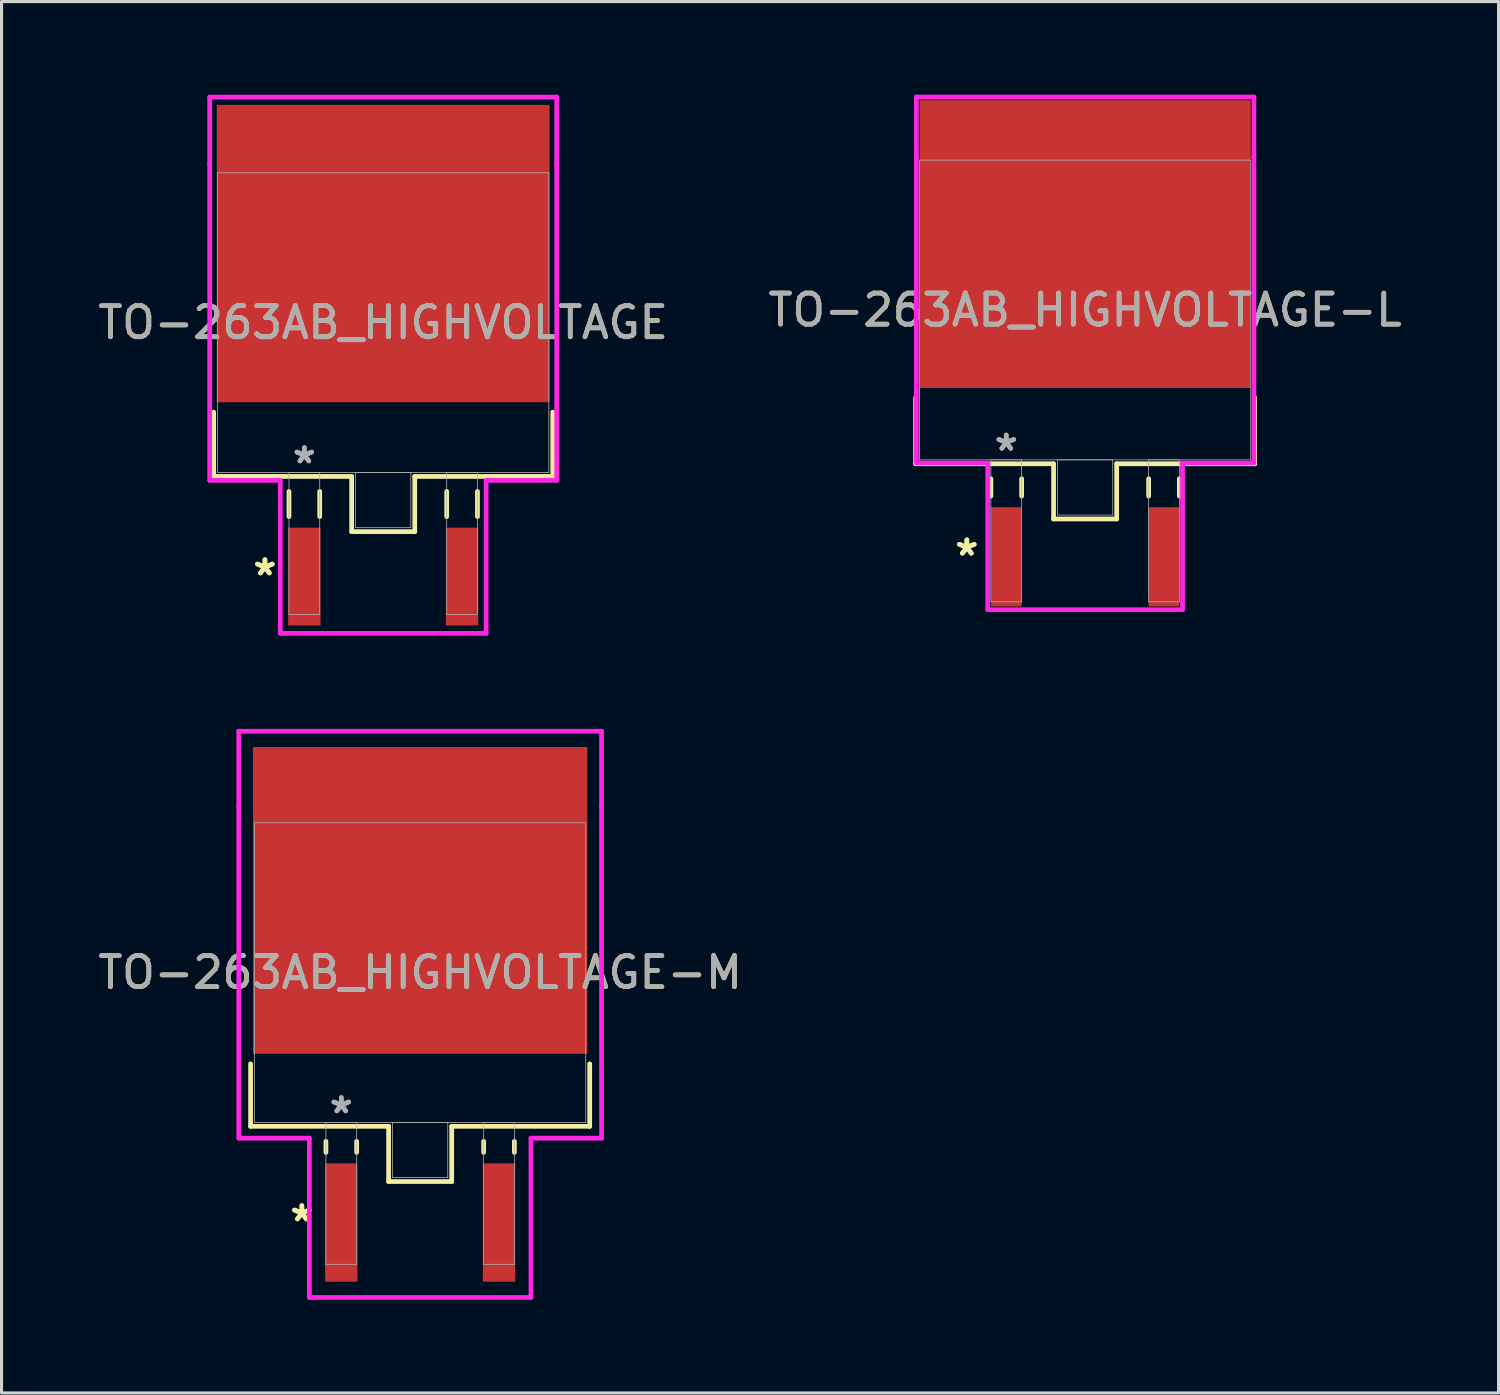
<source format=kicad_pcb>
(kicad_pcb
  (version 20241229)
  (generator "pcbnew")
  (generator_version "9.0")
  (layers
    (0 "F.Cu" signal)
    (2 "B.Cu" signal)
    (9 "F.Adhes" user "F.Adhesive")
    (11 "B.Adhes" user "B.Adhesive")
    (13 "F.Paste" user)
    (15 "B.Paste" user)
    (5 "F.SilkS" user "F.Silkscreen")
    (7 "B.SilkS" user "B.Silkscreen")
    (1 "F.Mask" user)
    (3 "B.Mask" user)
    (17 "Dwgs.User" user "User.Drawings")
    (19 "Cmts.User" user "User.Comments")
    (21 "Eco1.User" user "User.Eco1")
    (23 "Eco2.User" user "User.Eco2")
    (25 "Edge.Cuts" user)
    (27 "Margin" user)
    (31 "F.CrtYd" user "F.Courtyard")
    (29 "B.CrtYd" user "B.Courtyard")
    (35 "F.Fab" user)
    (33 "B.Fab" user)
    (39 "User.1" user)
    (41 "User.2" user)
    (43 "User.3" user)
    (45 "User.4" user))
  (footprint "TO-263AB_HIGHVOLTAGE"
    (layer "F.Cu")
    (at 9.292 7.341)
    (property "Reference" "TO-263AB_HIGHVOLTAGE" (at 0 0 0) (unlocked yes) (layer "F.SilkS") (effects (font (size 1 1) (thickness 0.15))))
    (attr smd)
    (fp_line (start -5.461 2.882) (end -5.461 4.953) (stroke (width 0.152) (type solid)) (layer "F.SilkS"))
    (fp_line (start -5.461 4.953) (end -1.016 4.953) (stroke (width 0.152) (type solid)) (layer "F.SilkS"))
    (fp_line (start -3.035 5.436) (end -3.035 6.248) (stroke (width 0.152) (type solid)) (layer "F.SilkS"))
    (fp_line (start -2.045 5.436) (end -2.045 6.248) (stroke (width 0.152) (type solid)) (layer "F.SilkS"))
    (fp_line (start -1.016 4.953) (end -1.016 6.731) (stroke (width 0.152) (type solid)) (layer "F.SilkS"))
    (fp_line (start -1.016 6.731) (end 1.016 6.731) (stroke (width 0.152) (type solid)) (layer "F.SilkS"))
    (fp_line (start 1.016 4.953) (end 5.461 4.953) (stroke (width 0.152) (type solid)) (layer "F.SilkS"))
    (fp_line (start 1.016 6.731) (end 1.016 4.953) (stroke (width 0.152) (type solid)) (layer "F.SilkS"))
    (fp_line (start 2.045 5.436) (end 2.045 6.248) (stroke (width 0.152) (type solid)) (layer "F.SilkS"))
    (fp_line (start 3.035 5.436) (end 3.035 6.248) (stroke (width 0.152) (type solid)) (layer "F.SilkS"))
    (fp_line (start 5.461 4.953) (end 5.461 2.882) (stroke (width 0.152) (type solid)) (layer "F.SilkS"))
    (fp_line (start -5.588 -7.264) (end 5.588 -7.264) (stroke (width 0.152) (type solid)) (layer "F.CrtYd"))
    (fp_line (start -5.588 -5.08) (end -5.588 -7.264) (stroke (width 0.152) (type solid)) (layer "F.CrtYd"))
    (fp_line (start -5.588 -5.08) (end -5.588 -5.08) (stroke (width 0.152) (type solid)) (layer "F.CrtYd"))
    (fp_line (start -5.588 5.08) (end -5.588 -5.08) (stroke (width 0.152) (type solid)) (layer "F.CrtYd"))
    (fp_line (start -3.315 5.08) (end -5.588 5.08) (stroke (width 0.152) (type solid)) (layer "F.CrtYd"))
    (fp_line (start -3.315 10.008) (end -3.315 5.08) (stroke (width 0.152) (type solid)) (layer "F.CrtYd"))
    (fp_line (start 3.315 5.08) (end 3.315 10.008) (stroke (width 0.152) (type solid)) (layer "F.CrtYd"))
    (fp_line (start 3.315 10.008) (end -3.315 10.008) (stroke (width 0.152) (type solid)) (layer "F.CrtYd"))
    (fp_line (start 5.588 -7.264) (end 5.588 -5.08) (stroke (width 0.152) (type solid)) (layer "F.CrtYd"))
    (fp_line (start 5.588 -5.08) (end 5.588 -5.08) (stroke (width 0.152) (type solid)) (layer "F.CrtYd"))
    (fp_line (start 5.588 -5.08) (end 5.588 5.08) (stroke (width 0.152) (type solid)) (layer "F.CrtYd"))
    (fp_line (start 5.588 5.08) (end 3.315 5.08) (stroke (width 0.152) (type solid)) (layer "F.CrtYd"))
    (fp_line (start -5.334 -4.826) (end -5.334 4.826) (stroke (width 0.025) (type solid)) (layer "F.Fab"))
    (fp_line (start -5.334 4.826) (end 5.334 4.826) (stroke (width 0.025) (type solid)) (layer "F.Fab"))
    (fp_line (start -3.035 4.826) (end -3.035 9.398) (stroke (width 0.025) (type solid)) (layer "F.Fab"))
    (fp_line (start -3.035 9.398) (end -2.045 9.398) (stroke (width 0.025) (type solid)) (layer "F.Fab"))
    (fp_line (start -2.045 4.826) (end -3.035 4.826) (stroke (width 0.025) (type solid)) (layer "F.Fab"))
    (fp_line (start -2.045 9.398) (end -2.045 4.826) (stroke (width 0.025) (type solid)) (layer "F.Fab"))
    (fp_line (start -0.889 4.826) (end -0.889 6.604) (stroke (width 0.025) (type solid)) (layer "F.Fab"))
    (fp_line (start -0.889 6.604) (end 0.889 6.604) (stroke (width 0.025) (type solid)) (layer "F.Fab"))
    (fp_line (start 0.889 4.826) (end -0.889 4.826) (stroke (width 0.025) (type solid)) (layer "F.Fab"))
    (fp_line (start 0.889 6.604) (end 0.889 4.826) (stroke (width 0.025) (type solid)) (layer "F.Fab"))
    (fp_line (start 2.045 4.826) (end 2.045 9.398) (stroke (width 0.025) (type solid)) (layer "F.Fab"))
    (fp_line (start 2.045 9.398) (end 3.035 9.398) (stroke (width 0.025) (type solid)) (layer "F.Fab"))
    (fp_line (start 3.035 4.826) (end 2.045 4.826) (stroke (width 0.025) (type solid)) (layer "F.Fab"))
    (fp_line (start 3.035 9.398) (end 3.035 4.826) (stroke (width 0.025) (type solid)) (layer "F.Fab"))
    (fp_line (start 5.334 -4.826) (end -5.334 -4.826) (stroke (width 0.025) (type solid)) (layer "F.Fab"))
    (fp_line (start 5.334 4.826) (end 5.334 -4.826) (stroke (width 0.025) (type solid)) (layer "F.Fab"))
    (fp_text user "*" (at -3.81 8.179 0) (unlocked yes) (layer "F.SilkS") (effects (font (size 1 1) (thickness 0.15))))
    (fp_text user "*" (at -3.81 8.179 0) (layer "F.SilkS") (effects (font (size 1 1) (thickness 0.15))))
    (fp_text user "*" (at -2.54 4.572 0) (layer "F.Fab") (effects (font (size 1 1) (thickness 0.15))))
    (fp_text user "${REFERENCE}" (at 0 0 0) (unlocked yes) (layer "F.Fab") (effects (font (size 1 1) (thickness 0.15))))
    (fp_text user "*" (at -2.54 4.572 0) (unlocked yes) (layer "F.Fab") (effects (font (size 1 1) (thickness 0.15))))
    (pad "1" smd rect (at -2.54 8.179) (size 1.041 3.15) (layers "F.Cu" "F.Mask" "F.Paste"))
    (pad "2" smd rect (at 2.54 8.179) (size 1.041 3.15) (layers "F.Cu" "F.Mask" "F.Paste"))
    (pad "3" smd rect (at 0 -2.223) (size 10.719 9.576) (layers "F.Cu" "F.Mask" "F.Paste")))
  (footprint "TO-263AB_HIGHVOLTAGE-M"
    (layer "F.Cu")
    (at 10.482 28.273)
    (property "Reference" "TO-263AB_HIGHVOLTAGE-M" (at 0 0 0) (unlocked yes) (layer "F.SilkS") (effects (font (size 1 1) (thickness 0.15))))
    (attr smd)
    (fp_line (start -5.461 2.94) (end -5.461 4.953) (stroke (width 0.152) (type solid)) (layer "F.SilkS"))
    (fp_line (start -5.461 4.953) (end -1.016 4.953) (stroke (width 0.152) (type solid)) (layer "F.SilkS"))
    (fp_line (start -3.035 5.436) (end -3.035 5.791) (stroke (width 0.152) (type solid)) (layer "F.SilkS"))
    (fp_line (start -2.045 5.436) (end -2.045 5.791) (stroke (width 0.152) (type solid)) (layer "F.SilkS"))
    (fp_line (start -1.016 4.953) (end -1.016 6.731) (stroke (width 0.152) (type solid)) (layer "F.SilkS"))
    (fp_line (start -1.016 6.731) (end 1.016 6.731) (stroke (width 0.152) (type solid)) (layer "F.SilkS"))
    (fp_line (start 1.016 4.953) (end 5.461 4.953) (stroke (width 0.152) (type solid)) (layer "F.SilkS"))
    (fp_line (start 1.016 6.731) (end 1.016 4.953) (stroke (width 0.152) (type solid)) (layer "F.SilkS"))
    (fp_line (start 2.045 5.436) (end 2.045 5.791) (stroke (width 0.152) (type solid)) (layer "F.SilkS"))
    (fp_line (start 3.035 5.436) (end 3.035 5.791) (stroke (width 0.152) (type solid)) (layer "F.SilkS"))
    (fp_line (start 5.461 4.953) (end 5.461 2.94) (stroke (width 0.152) (type solid)) (layer "F.SilkS"))
    (fp_line (start -5.842 -7.772) (end 5.842 -7.772) (stroke (width 0.152) (type solid)) (layer "F.CrtYd"))
    (fp_line (start -5.842 -5.334) (end -5.842 -7.772) (stroke (width 0.152) (type solid)) (layer "F.CrtYd"))
    (fp_line (start -5.842 -5.334) (end -5.842 -5.334) (stroke (width 0.152) (type solid)) (layer "F.CrtYd"))
    (fp_line (start -5.842 5.334) (end -5.842 -5.334) (stroke (width 0.152) (type solid)) (layer "F.CrtYd"))
    (fp_line (start -3.569 5.334) (end -5.842 5.334) (stroke (width 0.152) (type solid)) (layer "F.CrtYd"))
    (fp_line (start -3.569 10.465) (end -3.569 5.334) (stroke (width 0.152) (type solid)) (layer "F.CrtYd"))
    (fp_line (start 3.569 5.334) (end 3.569 10.465) (stroke (width 0.152) (type solid)) (layer "F.CrtYd"))
    (fp_line (start 3.569 10.465) (end -3.569 10.465) (stroke (width 0.152) (type solid)) (layer "F.CrtYd"))
    (fp_line (start 5.842 -7.772) (end 5.842 -5.334) (stroke (width 0.152) (type solid)) (layer "F.CrtYd"))
    (fp_line (start 5.842 -5.334) (end 5.842 -5.334) (stroke (width 0.152) (type solid)) (layer "F.CrtYd"))
    (fp_line (start 5.842 -5.334) (end 5.842 5.334) (stroke (width 0.152) (type solid)) (layer "F.CrtYd"))
    (fp_line (start 5.842 5.334) (end 3.569 5.334) (stroke (width 0.152) (type solid)) (layer "F.CrtYd"))
    (fp_line (start -5.334 -4.826) (end -5.334 4.826) (stroke (width 0.025) (type solid)) (layer "F.Fab"))
    (fp_line (start -5.334 4.826) (end 5.334 4.826) (stroke (width 0.025) (type solid)) (layer "F.Fab"))
    (fp_line (start -3.035 4.826) (end -3.035 9.398) (stroke (width 0.025) (type solid)) (layer "F.Fab"))
    (fp_line (start -3.035 9.398) (end -2.045 9.398) (stroke (width 0.025) (type solid)) (layer "F.Fab"))
    (fp_line (start -2.045 4.826) (end -3.035 4.826) (stroke (width 0.025) (type solid)) (layer "F.Fab"))
    (fp_line (start -2.045 9.398) (end -2.045 4.826) (stroke (width 0.025) (type solid)) (layer "F.Fab"))
    (fp_line (start -0.889 4.826) (end -0.889 6.604) (stroke (width 0.025) (type solid)) (layer "F.Fab"))
    (fp_line (start -0.889 6.604) (end 0.889 6.604) (stroke (width 0.025) (type solid)) (layer "F.Fab"))
    (fp_line (start 0.889 4.826) (end -0.889 4.826) (stroke (width 0.025) (type solid)) (layer "F.Fab"))
    (fp_line (start 0.889 6.604) (end 0.889 4.826) (stroke (width 0.025) (type solid)) (layer "F.Fab"))
    (fp_line (start 2.045 4.826) (end 2.045 9.398) (stroke (width 0.025) (type solid)) (layer "F.Fab"))
    (fp_line (start 2.045 9.398) (end 3.035 9.398) (stroke (width 0.025) (type solid)) (layer "F.Fab"))
    (fp_line (start 3.035 4.826) (end 2.045 4.826) (stroke (width 0.025) (type solid)) (layer "F.Fab"))
    (fp_line (start 3.035 9.398) (end 3.035 4.826) (stroke (width 0.025) (type solid)) (layer "F.Fab"))
    (fp_line (start 5.334 -4.826) (end -5.334 -4.826) (stroke (width 0.025) (type solid)) (layer "F.Fab"))
    (fp_line (start 5.334 4.826) (end 5.334 -4.826) (stroke (width 0.025) (type solid)) (layer "F.Fab"))
    (fp_text user "*" (at -3.81 8.052 0) (unlocked yes) (layer "F.SilkS") (effects (font (size 1 1) (thickness 0.15))))
    (fp_text user "*" (at -3.81 8.052 0) (layer "F.SilkS") (effects (font (size 1 1) (thickness 0.15))))
    (fp_text user "${REFERENCE}" (at 0 0 0) (unlocked yes) (layer "F.Fab") (effects (font (size 1 1) (thickness 0.15))))
    (fp_text user "*" (at -2.54 4.572 0) (unlocked yes) (layer "F.Fab") (effects (font (size 1 1) (thickness 0.15))))
    (fp_text user "*" (at -2.54 4.572 0) (layer "F.Fab") (effects (font (size 1 1) (thickness 0.15))))
    (pad "1" smd rect (at -2.54 8.052) (size 1.041 3.81) (layers "F.Cu" "F.Mask" "F.Paste"))
    (pad "2" smd rect (at 2.54 8.052) (size 1.041 3.81) (layers "F.Cu" "F.Mask" "F.Paste"))
    (pad "3" smd rect (at 0 -2.324) (size 10.77 9.881) (layers "F.Cu" "F.Mask" "F.Paste")))
  (footprint "TO-263AB_HIGHVOLTAGE-L"
    (layer "F.Cu")
    (at 31.899 6.934)
    (property "Reference" "TO-263AB_HIGHVOLTAGE-L" (at 0 0 0) (unlocked yes) (layer "F.SilkS") (effects (font (size 1 1) (thickness 0.15))))
    (attr smd)
    (fp_line (start -5.461 2.822) (end -5.461 4.953) (stroke (width 0.152) (type solid)) (layer "F.SilkS"))
    (fp_line (start -5.461 4.953) (end -1.016 4.953) (stroke (width 0.152) (type solid)) (layer "F.SilkS"))
    (fp_line (start -3.035 5.436) (end -3.035 5.994) (stroke (width 0.152) (type solid)) (layer "F.SilkS"))
    (fp_line (start -2.045 5.436) (end -2.045 5.994) (stroke (width 0.152) (type solid)) (layer "F.SilkS"))
    (fp_line (start -1.016 4.953) (end -1.016 6.731) (stroke (width 0.152) (type solid)) (layer "F.SilkS"))
    (fp_line (start -1.016 6.731) (end 1.016 6.731) (stroke (width 0.152) (type solid)) (layer "F.SilkS"))
    (fp_line (start 1.016 4.953) (end 5.461 4.953) (stroke (width 0.152) (type solid)) (layer "F.SilkS"))
    (fp_line (start 1.016 6.731) (end 1.016 4.953) (stroke (width 0.152) (type solid)) (layer "F.SilkS"))
    (fp_line (start 2.045 5.436) (end 2.045 5.994) (stroke (width 0.152) (type solid)) (layer "F.SilkS"))
    (fp_line (start 3.035 5.436) (end 3.035 5.994) (stroke (width 0.152) (type solid)) (layer "F.SilkS"))
    (fp_line (start 5.461 4.953) (end 5.461 2.822) (stroke (width 0.152) (type solid)) (layer "F.SilkS"))
    (fp_line (start -5.436 -6.858) (end 5.436 -6.858) (stroke (width 0.152) (type solid)) (layer "F.CrtYd"))
    (fp_line (start -5.436 -4.928) (end -5.436 -6.858) (stroke (width 0.152) (type solid)) (layer "F.CrtYd"))
    (fp_line (start -5.436 -4.928) (end -5.436 -4.928) (stroke (width 0.152) (type solid)) (layer "F.CrtYd"))
    (fp_line (start -5.436 4.928) (end -5.436 -4.928) (stroke (width 0.152) (type solid)) (layer "F.CrtYd"))
    (fp_line (start -3.137 4.928) (end -5.436 4.928) (stroke (width 0.152) (type solid)) (layer "F.CrtYd"))
    (fp_line (start -3.137 9.652) (end -3.137 4.928) (stroke (width 0.152) (type solid)) (layer "F.CrtYd"))
    (fp_line (start 3.137 4.928) (end 3.137 9.652) (stroke (width 0.152) (type solid)) (layer "F.CrtYd"))
    (fp_line (start 3.137 9.652) (end -3.137 9.652) (stroke (width 0.152) (type solid)) (layer "F.CrtYd"))
    (fp_line (start 5.436 -6.858) (end 5.436 -4.928) (stroke (width 0.152) (type solid)) (layer "F.CrtYd"))
    (fp_line (start 5.436 -4.928) (end 5.436 -4.928) (stroke (width 0.152) (type solid)) (layer "F.CrtYd"))
    (fp_line (start 5.436 -4.928) (end 5.436 4.928) (stroke (width 0.152) (type solid)) (layer "F.CrtYd"))
    (fp_line (start 5.436 4.928) (end 3.137 4.928) (stroke (width 0.152) (type solid)) (layer "F.CrtYd"))
    (fp_line (start -5.334 -4.826) (end -5.334 4.826) (stroke (width 0.025) (type solid)) (layer "F.Fab"))
    (fp_line (start -5.334 4.826) (end 5.334 4.826) (stroke (width 0.025) (type solid)) (layer "F.Fab"))
    (fp_line (start -3.035 4.826) (end -3.035 9.398) (stroke (width 0.025) (type solid)) (layer "F.Fab"))
    (fp_line (start -3.035 9.398) (end -2.045 9.398) (stroke (width 0.025) (type solid)) (layer "F.Fab"))
    (fp_line (start -2.045 4.826) (end -3.035 4.826) (stroke (width 0.025) (type solid)) (layer "F.Fab"))
    (fp_line (start -2.045 9.398) (end -2.045 4.826) (stroke (width 0.025) (type solid)) (layer "F.Fab"))
    (fp_line (start -0.889 4.826) (end -0.889 6.604) (stroke (width 0.025) (type solid)) (layer "F.Fab"))
    (fp_line (start -0.889 6.604) (end 0.889 6.604) (stroke (width 0.025) (type solid)) (layer "F.Fab"))
    (fp_line (start 0.889 4.826) (end -0.889 4.826) (stroke (width 0.025) (type solid)) (layer "F.Fab"))
    (fp_line (start 0.889 6.604) (end 0.889 4.826) (stroke (width 0.025) (type solid)) (layer "F.Fab"))
    (fp_line (start 2.045 4.826) (end 2.045 9.398) (stroke (width 0.025) (type solid)) (layer "F.Fab"))
    (fp_line (start 2.045 9.398) (end 3.035 9.398) (stroke (width 0.025) (type solid)) (layer "F.Fab"))
    (fp_line (start 3.035 4.826) (end 2.045 4.826) (stroke (width 0.025) (type solid)) (layer "F.Fab"))
    (fp_line (start 3.035 9.398) (end 3.035 4.826) (stroke (width 0.025) (type solid)) (layer "F.Fab"))
    (fp_line (start 5.334 -4.826) (end -5.334 -4.826) (stroke (width 0.025) (type solid)) (layer "F.Fab"))
    (fp_line (start 5.334 4.826) (end 5.334 -4.826) (stroke (width 0.025) (type solid)) (layer "F.Fab"))
    (fp_text user "*" (at -3.81 7.95 0) (unlocked yes) (layer "F.SilkS") (effects (font (size 1 1) (thickness 0.15))))
    (fp_text user "*" (at -3.81 7.95 0) (layer "F.SilkS") (effects (font (size 1 1) (thickness 0.15))))
    (fp_text user "${REFERENCE}" (at 0 0 0) (unlocked yes) (layer "F.Fab") (effects (font (size 1 1) (thickness 0.15))))
    (fp_text user "*" (at -2.54 4.572 0) (unlocked yes) (layer "F.Fab") (effects (font (size 1 1) (thickness 0.15))))
    (fp_text user "*" (at -2.54 4.572 0) (layer "F.Fab") (effects (font (size 1 1) (thickness 0.15))))
    (pad "1" smd rect (at -2.54 7.95) (size 0.991 3.2) (layers "F.Cu" "F.Mask" "F.Paste"))
    (pad "2" smd rect (at 2.54 7.95) (size 0.991 3.2) (layers "F.Cu" "F.Mask" "F.Paste"))
    (pad "3" smd rect (at 0 -2.121) (size 10.668 9.271) (layers "F.Cu" "F.Mask" "F.Paste")))
  (gr_rect
    (start -3 -3)
    (end 45.214 41.814)
    (stroke (width 0.1) (type default))
    (fill no)
    (layer "Edge.Cuts")))
</source>
